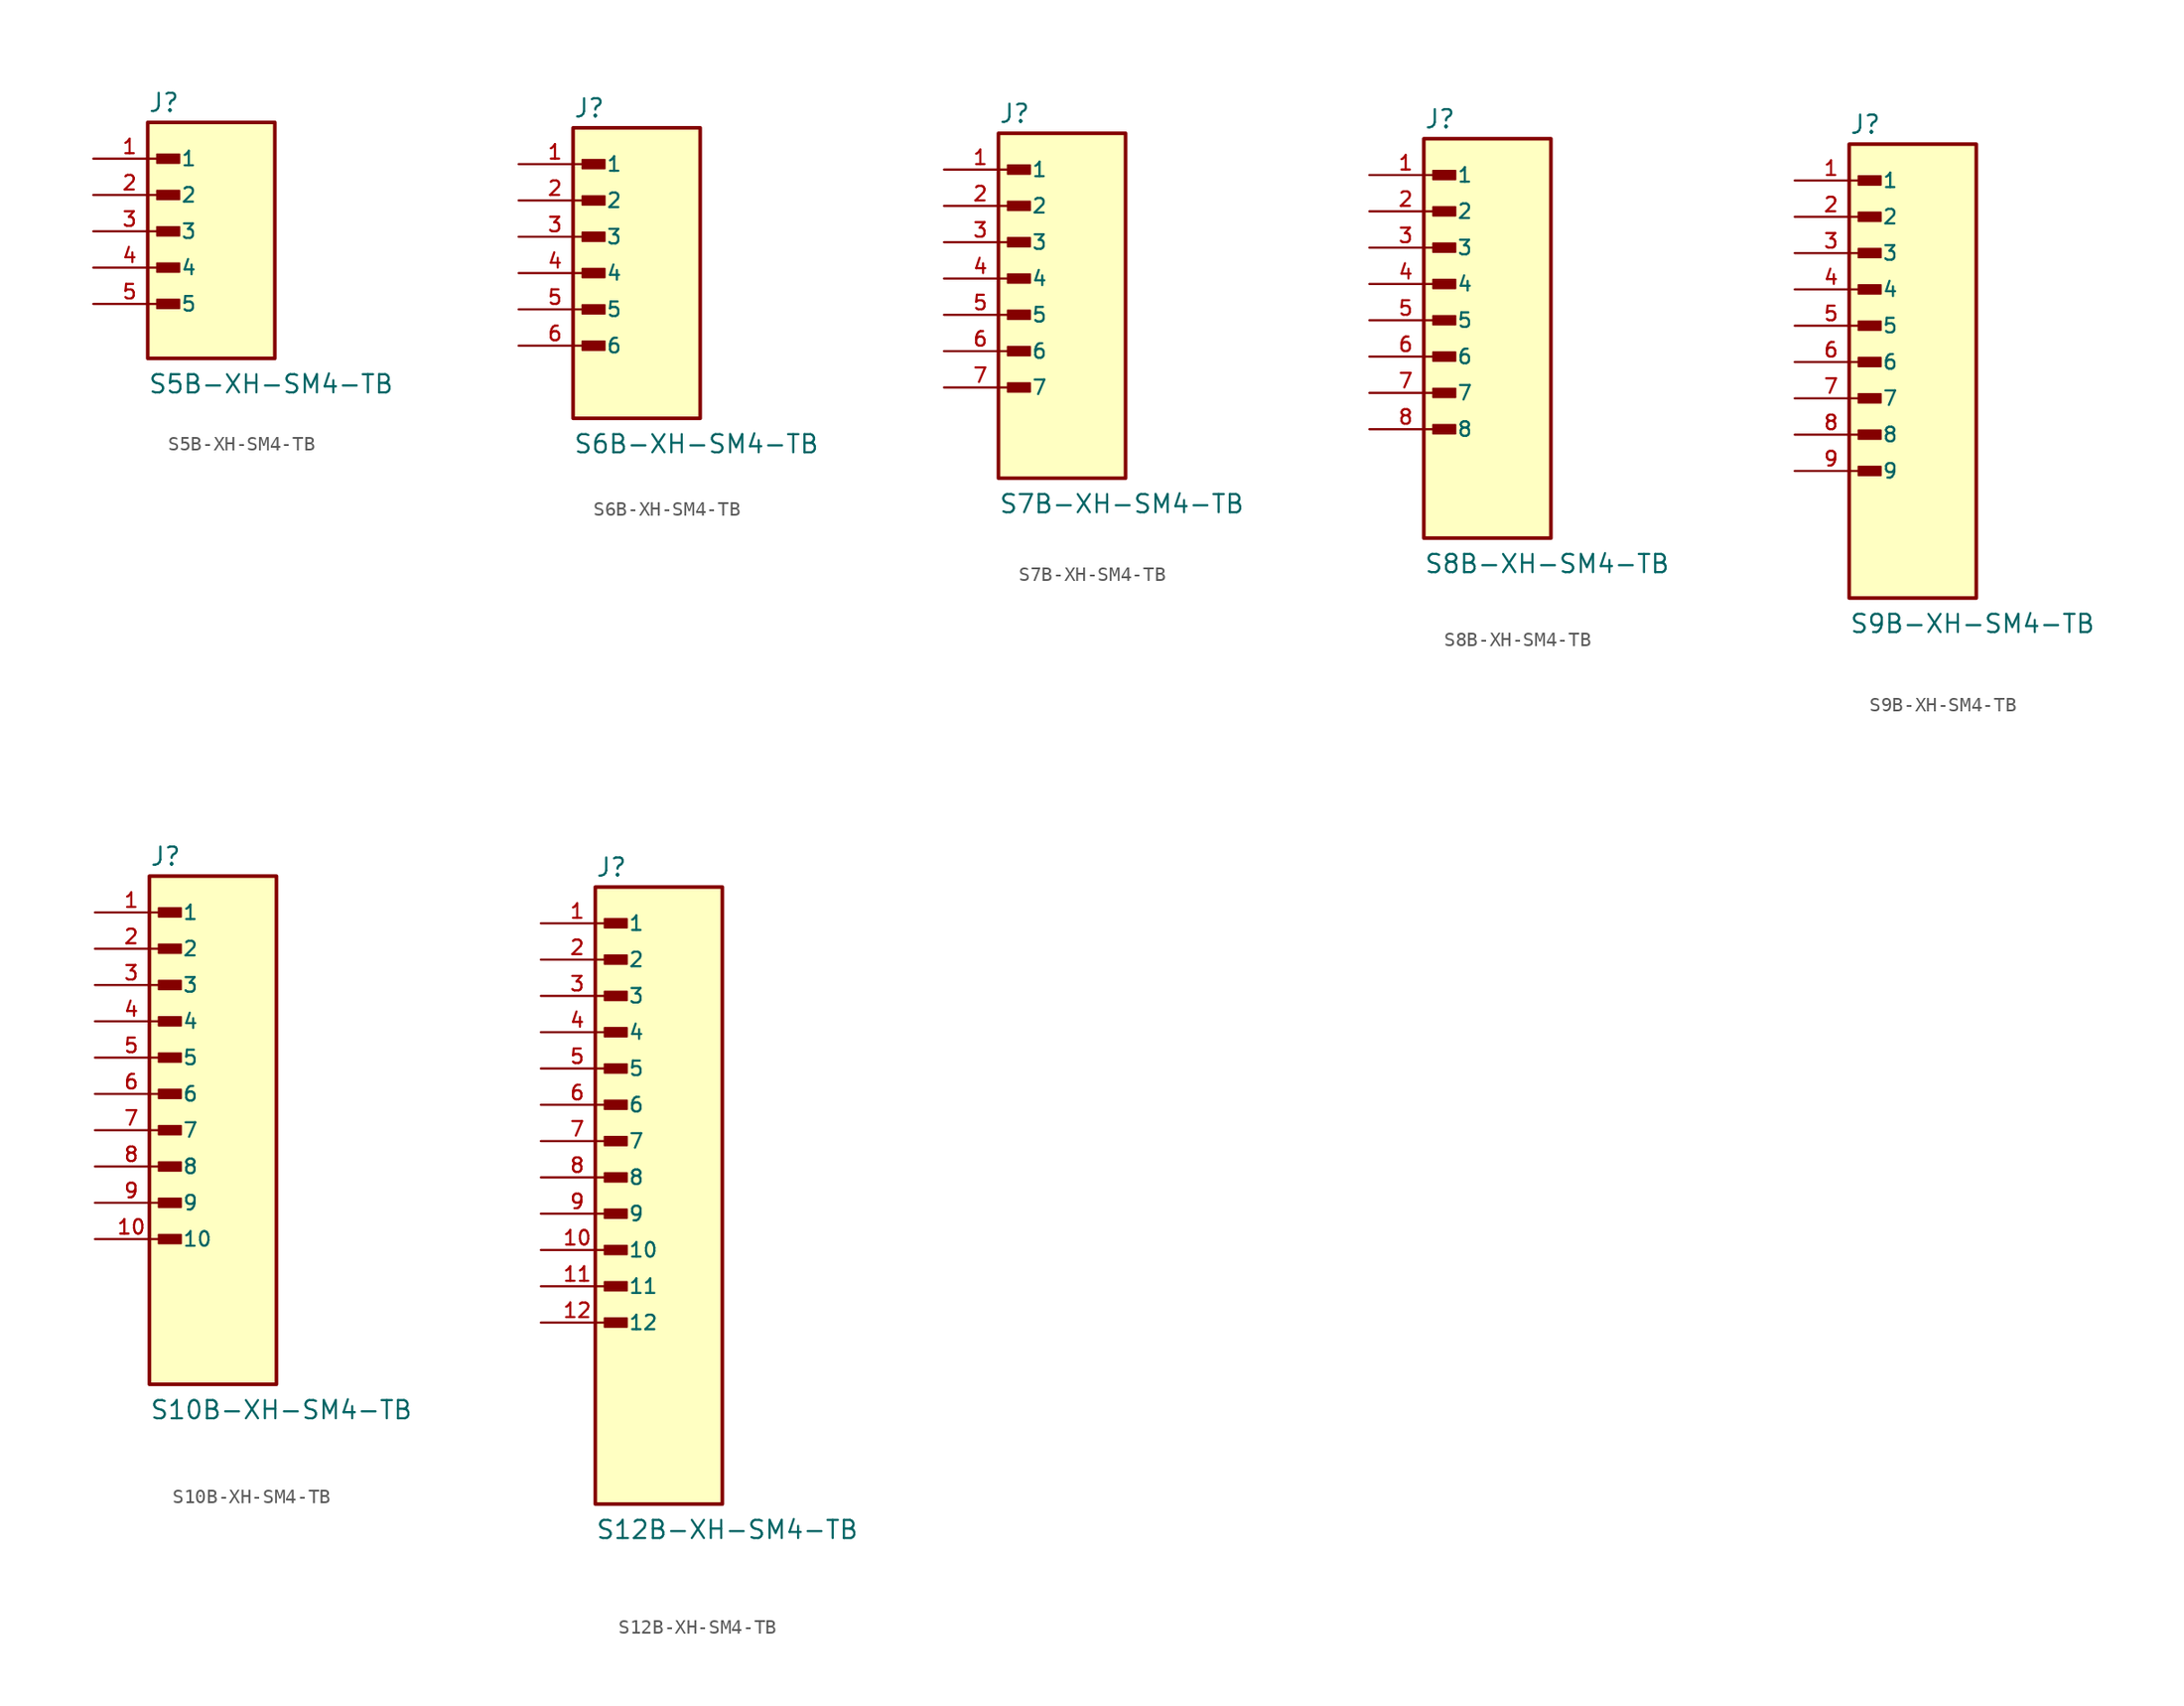
<source format=kicad_sym>
(kicad_symbol_lib
  (version 20241209)
  (generator "kicad_symbol_editor")
  (generator_version "9.0")
  (symbol "S5B-XH-SM4-TB"
    (pin_names
      (offset 1.016))
    (property "Reference" "J"
      (at -3.81 6.985 0)
      (effects (font (size 1.27 1.27)) (justify left bottom)))
    (property "Value" "S5B-XH-SM4-TB"
      (at -3.81 -12.7 0)
      (effects (font (size 1.27 1.27)) (justify left bottom)))
    (symbol "S5B-XH-SM4-TB_0_0"
      (rectangle (start -3.81 -10.16) (end 5.08 6.35) (stroke (width 0.254) (type default)) (fill (type background)))
      (rectangle (start -3.175 3.492) (end -1.587 4.127) (stroke (width 0.1) (type default)) (fill (type outline)))
      (rectangle (start -3.175 0.952) (end -1.587 1.587) (stroke (width 0.1) (type default)) (fill (type outline)))
      (rectangle (start -3.175 -1.588) (end -1.587 -0.953) (stroke (width 0.1) (type default)) (fill (type outline)))
      (rectangle (start -3.175 -4.128) (end -1.587 -3.493) (stroke (width 0.1) (type default)) (fill (type outline)))
      (rectangle (start -3.175 -6.668) (end -1.587 -6.033) (stroke (width 0.1) (type default)) (fill (type outline)))
      (pin passive line (at -7.62 3.81 0) (length 5.08) (name "1" (effects (font (size 1.016 1.016)))) (number "1" (effects (font (size 1.016 1.016)))))
      (pin passive line (at -7.62 1.27 0) (length 5.08) (name "2" (effects (font (size 1.016 1.016)))) (number "2" (effects (font (size 1.016 1.016)))))
      (pin passive line (at -7.62 -1.27 0) (length 5.08) (name "3" (effects (font (size 1.016 1.016)))) (number "3" (effects (font (size 1.016 1.016)))))
      (pin passive line (at -7.62 -3.81 0) (length 5.08) (name "4" (effects (font (size 1.016 1.016)))) (number "4" (effects (font (size 1.016 1.016)))))
      (pin passive line (at -7.62 -6.35 0) (length 5.08) (name "5" (effects (font (size 1.016 1.016)))) (number "5" (effects (font (size 1.016 1.016)))))))
  (symbol "S6B-XH-SM4-TB"
    (pin_names
      (offset 1.016))
    (property "Reference" "J"
      (at -3.81 8.255 0)
      (effects (font (size 1.27 1.27)) (justify left bottom)))
    (property "Value" "S6B-XH-SM4-TB"
      (at -3.81 -15.24 0)
      (effects (font (size 1.27 1.27)) (justify left bottom)))
    (symbol "S6B-XH-SM4-TB_0_0"
      (rectangle (start -3.81 -12.7) (end 5.08 7.62) (stroke (width 0.254) (type default)) (fill (type background)))
      (rectangle (start -3.175 4.763) (end -1.587 5.397) (stroke (width 0.1) (type default)) (fill (type outline)))
      (rectangle (start -3.175 2.223) (end -1.587 2.857) (stroke (width 0.1) (type default)) (fill (type outline)))
      (rectangle (start -3.175 -0.318) (end -1.587 0.318) (stroke (width 0.1) (type default)) (fill (type outline)))
      (rectangle (start -3.175 -2.857) (end -1.587 -2.223) (stroke (width 0.1) (type default)) (fill (type outline)))
      (rectangle (start -3.175 -5.397) (end -1.587 -4.763) (stroke (width 0.1) (type default)) (fill (type outline)))
      (rectangle (start -3.175 -7.938) (end -1.587 -7.303) (stroke (width 0.1) (type default)) (fill (type outline)))
      (pin passive line (at -7.62 5.08 0) (length 5.08) (name "1" (effects (font (size 1.016 1.016)))) (number "1" (effects (font (size 1.016 1.016)))))
      (pin passive line (at -7.62 2.54 0) (length 5.08) (name "2" (effects (font (size 1.016 1.016)))) (number "2" (effects (font (size 1.016 1.016)))))
      (pin passive line (at -7.62 0 0) (length 5.08) (name "3" (effects (font (size 1.016 1.016)))) (number "3" (effects (font (size 1.016 1.016)))))
      (pin passive line (at -7.62 -2.54 0) (length 5.08) (name "4" (effects (font (size 1.016 1.016)))) (number "4" (effects (font (size 1.016 1.016)))))
      (pin passive line (at -7.62 -5.08 0) (length 5.08) (name "5" (effects (font (size 1.016 1.016)))) (number "5" (effects (font (size 1.016 1.016)))))
      (pin passive line (at -7.62 -7.62 0) (length 5.08) (name "6" (effects (font (size 1.016 1.016)))) (number "6" (effects (font (size 1.016 1.016)))))))
  (symbol "S7B-XH-SM4-TB"
    (pin_names
      (offset 1.016))
    (property "Reference" "J"
      (at -3.81 9.525 0)
      (effects (font (size 1.27 1.27)) (justify left bottom)))
    (property "Value" "S7B-XH-SM4-TB"
      (at -3.81 -17.78 0)
      (effects (font (size 1.27 1.27)) (justify left bottom)))
    (symbol "S7B-XH-SM4-TB_0_0"
      (rectangle (start -3.81 -15.24) (end 5.08 8.89) (stroke (width 0.254) (type default)) (fill (type background)))
      (rectangle (start -3.175 6.033) (end -1.587 6.668) (stroke (width 0.1) (type default)) (fill (type outline)))
      (rectangle (start -3.175 3.493) (end -1.587 4.128) (stroke (width 0.1) (type default)) (fill (type outline)))
      (rectangle (start -3.175 0.953) (end -1.587 1.588) (stroke (width 0.1) (type default)) (fill (type outline)))
      (rectangle (start -3.175 -1.587) (end -1.587 -0.952) (stroke (width 0.1) (type default)) (fill (type outline)))
      (rectangle (start -3.175 -4.127) (end -1.587 -3.492) (stroke (width 0.1) (type default)) (fill (type outline)))
      (rectangle (start -3.175 -6.667) (end -1.587 -6.032) (stroke (width 0.1) (type default)) (fill (type outline)))
      (rectangle (start -3.175 -9.208) (end -1.587 -8.572) (stroke (width 0.1) (type default)) (fill (type outline)))
      (pin passive line (at -7.62 6.35 0) (length 5.08) (name "1" (effects (font (size 1.016 1.016)))) (number "1" (effects (font (size 1.016 1.016)))))
      (pin passive line (at -7.62 3.81 0) (length 5.08) (name "2" (effects (font (size 1.016 1.016)))) (number "2" (effects (font (size 1.016 1.016)))))
      (pin passive line (at -7.62 1.27 0) (length 5.08) (name "3" (effects (font (size 1.016 1.016)))) (number "3" (effects (font (size 1.016 1.016)))))
      (pin passive line (at -7.62 -1.27 0) (length 5.08) (name "4" (effects (font (size 1.016 1.016)))) (number "4" (effects (font (size 1.016 1.016)))))
      (pin passive line (at -7.62 -3.81 0) (length 5.08) (name "5" (effects (font (size 1.016 1.016)))) (number "5" (effects (font (size 1.016 1.016)))))
      (pin passive line (at -7.62 -6.35 0) (length 5.08) (name "6" (effects (font (size 1.016 1.016)))) (number "6" (effects (font (size 1.016 1.016)))))
      (pin passive line (at -7.62 -8.89 0) (length 5.08) (name "7" (effects (font (size 1.016 1.016)))) (number "7" (effects (font (size 1.016 1.016)))))))
  (symbol "S8B-XH-SM4-TB"
    (pin_names
      (offset 1.016))
    (property "Reference" "J"
      (at -3.81 10.795 0)
      (effects (font (size 1.27 1.27)) (justify left bottom)))
    (property "Value" "S8B-XH-SM4-TB"
      (at -3.81 -20.32 0)
      (effects (font (size 1.27 1.27)) (justify left bottom)))
    (symbol "S8B-XH-SM4-TB_0_0"
      (rectangle (start -3.81 -17.78) (end 5.08 10.16) (stroke (width 0.254) (type default)) (fill (type background)))
      (rectangle (start -3.175 7.303) (end -1.587 7.938) (stroke (width 0.1) (type default)) (fill (type outline)))
      (rectangle (start -3.175 4.763) (end -1.587 5.397) (stroke (width 0.1) (type default)) (fill (type outline)))
      (rectangle (start -3.175 2.223) (end -1.587 2.857) (stroke (width 0.1) (type default)) (fill (type outline)))
      (rectangle (start -3.175 -0.318) (end -1.587 0.318) (stroke (width 0.1) (type default)) (fill (type outline)))
      (rectangle (start -3.175 -2.857) (end -1.587 -2.223) (stroke (width 0.1) (type default)) (fill (type outline)))
      (rectangle (start -3.175 -5.397) (end -1.587 -4.762) (stroke (width 0.1) (type default)) (fill (type outline)))
      (rectangle (start -3.175 -7.938) (end -1.587 -7.303) (stroke (width 0.1) (type default)) (fill (type outline)))
      (rectangle (start -3.175 -10.478) (end -1.587 -9.842) (stroke (width 0.1) (type default)) (fill (type outline)))
      (pin passive line (at -7.62 7.62 0) (length 5.08) (name "1" (effects (font (size 1.016 1.016)))) (number "1" (effects (font (size 1.016 1.016)))))
      (pin passive line (at -7.62 5.08 0) (length 5.08) (name "2" (effects (font (size 1.016 1.016)))) (number "2" (effects (font (size 1.016 1.016)))))
      (pin passive line (at -7.62 2.54 0) (length 5.08) (name "3" (effects (font (size 1.016 1.016)))) (number "3" (effects (font (size 1.016 1.016)))))
      (pin passive line (at -7.62 0.0 0) (length 5.08) (name "4" (effects (font (size 1.016 1.016)))) (number "4" (effects (font (size 1.016 1.016)))))
      (pin passive line (at -7.62 -2.54 0) (length 5.08) (name "5" (effects (font (size 1.016 1.016)))) (number "5" (effects (font (size 1.016 1.016)))))
      (pin passive line (at -7.62 -5.08 0) (length 5.08) (name "6" (effects (font (size 1.016 1.016)))) (number "6" (effects (font (size 1.016 1.016)))))
      (pin passive line (at -7.62 -7.62 0) (length 5.08) (name "7" (effects (font (size 1.016 1.016)))) (number "7" (effects (font (size 1.016 1.016)))))
      (pin passive line (at -7.62 -10.16 0) (length 5.08) (name "8" (effects (font (size 1.016 1.016)))) (number "8" (effects (font (size 1.016 1.016)))))))
  (symbol "S9B-XH-SM4-TB"
    (pin_names
      (offset 1.016))
    (property "Reference" "J"
      (at -3.81 12.065 0)
      (effects (font (size 1.27 1.27)) (justify left bottom)))
    (property "Value" "S9B-XH-SM4-TB"
      (at -3.81 -22.86 0)
      (effects (font (size 1.27 1.27)) (justify left bottom)))
    (symbol "S9B-XH-SM4-TB_0_0"
      (rectangle (start -3.81 -20.32) (end 5.08 11.43) (stroke (width 0.254) (type default)) (fill (type background)))
      (rectangle (start -3.175 8.572) (end -1.587 9.208) (stroke (width 0.1) (type default)) (fill (type outline)))
      (rectangle (start -3.175 6.033) (end -1.587 6.668) (stroke (width 0.1) (type default)) (fill (type outline)))
      (rectangle (start -3.175 3.493) (end -1.587 4.128) (stroke (width 0.1) (type default)) (fill (type outline)))
      (rectangle (start -3.175 0.953) (end -1.587 1.588) (stroke (width 0.1) (type default)) (fill (type outline)))
      (rectangle (start -3.175 -1.587) (end -1.587 -0.952) (stroke (width 0.1) (type default)) (fill (type outline)))
      (rectangle (start -3.175 -4.127) (end -1.587 -3.492) (stroke (width 0.1) (type default)) (fill (type outline)))
      (rectangle (start -3.175 -6.667) (end -1.587 -6.032) (stroke (width 0.1) (type default)) (fill (type outline)))
      (rectangle (start -3.175 -9.208) (end -1.587 -8.572) (stroke (width 0.1) (type default)) (fill (type outline)))
      (rectangle (start -3.175 -11.748) (end -1.587 -11.112) (stroke (width 0.1) (type default)) (fill (type outline)))
      (pin passive line (at -7.62 8.89 0) (length 5.08) (name "1" (effects (font (size 1.016 1.016)))) (number "1" (effects (font (size 1.016 1.016)))))
      (pin passive line (at -7.62 6.35 0) (length 5.08) (name "2" (effects (font (size 1.016 1.016)))) (number "2" (effects (font (size 1.016 1.016)))))
      (pin passive line (at -7.62 3.81 0) (length 5.08) (name "3" (effects (font (size 1.016 1.016)))) (number "3" (effects (font (size 1.016 1.016)))))
      (pin passive line (at -7.62 1.27 0) (length 5.08) (name "4" (effects (font (size 1.016 1.016)))) (number "4" (effects (font (size 1.016 1.016)))))
      (pin passive line (at -7.62 -1.27 0) (length 5.08) (name "5" (effects (font (size 1.016 1.016)))) (number "5" (effects (font (size 1.016 1.016)))))
      (pin passive line (at -7.62 -3.81 0) (length 5.08) (name "6" (effects (font (size 1.016 1.016)))) (number "6" (effects (font (size 1.016 1.016)))))
      (pin passive line (at -7.62 -6.35 0) (length 5.08) (name "7" (effects (font (size 1.016 1.016)))) (number "7" (effects (font (size 1.016 1.016)))))
      (pin passive line (at -7.62 -8.89 0) (length 5.08) (name "8" (effects (font (size 1.016 1.016)))) (number "8" (effects (font (size 1.016 1.016)))))
      (pin passive line (at -7.62 -11.43 0) (length 5.08) (name "9" (effects (font (size 1.016 1.016)))) (number "9" (effects (font (size 1.016 1.016)))))))
  (symbol "S10B-XH-SM4-TB"
    (pin_names
      (offset 1.016))
    (property "Reference" "J"
      (at -3.81 13.335 0)
      (effects (font (size 1.27 1.27)) (justify left bottom)))
    (property "Value" "S10B-XH-SM4-TB"
      (at -3.81 -25.4 0)
      (effects (font (size 1.27 1.27)) (justify left bottom)))
    (symbol "S10B-XH-SM4-TB_0_0"
      (rectangle (start -3.81 -22.86) (end 5.08 12.7) (stroke (width 0.254) (type default)) (fill (type background)))
      (rectangle (start -3.175 9.842) (end -1.587 10.478) (stroke (width 0.1) (type default)) (fill (type outline)))
      (rectangle (start -3.175 7.303) (end -1.587 7.938) (stroke (width 0.1) (type default)) (fill (type outline)))
      (rectangle (start -3.175 4.763) (end -1.587 5.397) (stroke (width 0.1) (type default)) (fill (type outline)))
      (rectangle (start -3.175 2.223) (end -1.587 2.857) (stroke (width 0.1) (type default)) (fill (type outline)))
      (rectangle (start -3.175 -0.318) (end -1.587 0.318) (stroke (width 0.1) (type default)) (fill (type outline)))
      (rectangle (start -3.175 -2.857) (end -1.587 -2.222) (stroke (width 0.1) (type default)) (fill (type outline)))
      (rectangle (start -3.175 -5.397) (end -1.587 -4.763) (stroke (width 0.1) (type default)) (fill (type outline)))
      (rectangle (start -3.175 -7.938) (end -1.587 -7.303) (stroke (width 0.1) (type default)) (fill (type outline)))
      (rectangle (start -3.175 -10.478) (end -1.587 -9.842) (stroke (width 0.1) (type default)) (fill (type outline)))
      (rectangle (start -3.175 -13.018) (end -1.587 -12.382) (stroke (width 0.1) (type default)) (fill (type outline)))
      (pin passive line (at -7.62 10.16 0) (length 5.08) (name "1" (effects (font (size 1.016 1.016)))) (number "1" (effects (font (size 1.016 1.016)))))
      (pin passive line (at -7.62 7.62 0) (length 5.08) (name "2" (effects (font (size 1.016 1.016)))) (number "2" (effects (font (size 1.016 1.016)))))
      (pin passive line (at -7.62 5.08 0) (length 5.08) (name "3" (effects (font (size 1.016 1.016)))) (number "3" (effects (font (size 1.016 1.016)))))
      (pin passive line (at -7.62 2.54 0) (length 5.08) (name "4" (effects (font (size 1.016 1.016)))) (number "4" (effects (font (size 1.016 1.016)))))
      (pin passive line (at -7.62 0.0 0) (length 5.08) (name "5" (effects (font (size 1.016 1.016)))) (number "5" (effects (font (size 1.016 1.016)))))
      (pin passive line (at -7.62 -2.54 0) (length 5.08) (name "6" (effects (font (size 1.016 1.016)))) (number "6" (effects (font (size 1.016 1.016)))))
      (pin passive line (at -7.62 -5.08 0) (length 5.08) (name "7" (effects (font (size 1.016 1.016)))) (number "7" (effects (font (size 1.016 1.016)))))
      (pin passive line (at -7.62 -7.62 0) (length 5.08) (name "8" (effects (font (size 1.016 1.016)))) (number "8" (effects (font (size 1.016 1.016)))))
      (pin passive line (at -7.62 -10.16 0) (length 5.08) (name "9" (effects (font (size 1.016 1.016)))) (number "9" (effects (font (size 1.016 1.016)))))
      (pin passive line (at -7.62 -12.7 0) (length 5.08) (name "10" (effects (font (size 1.016 1.016)))) (number "10" (effects (font (size 1.016 1.016)))))))
  (symbol "S12B-XH-SM4-TB"
    (pin_names
      (offset 1.016))
    (property "Reference" "J"
      (at -3.81 15.875 0)
      (effects (font (size 1.27 1.27)) (justify left bottom)))
    (property "Value" "S12B-XH-SM4-TB"
      (at -3.81 -30.48 0)
      (effects (font (size 1.27 1.27)) (justify left bottom)))
    (symbol "S12B-XH-SM4-TB_0_0"
      (rectangle (start -3.81 -27.94) (end 5.08 15.24) (stroke (width 0.254) (type default)) (fill (type background)))
      (rectangle (start -3.175 12.382) (end -1.587 13.018) (stroke (width 0.1) (type default)) (fill (type outline)))
      (rectangle (start -3.175 9.842) (end -1.587 10.478) (stroke (width 0.1) (type default)) (fill (type outline)))
      (rectangle (start -3.175 7.302) (end -1.587 7.937) (stroke (width 0.1) (type default)) (fill (type outline)))
      (rectangle (start -3.175 4.762) (end -1.587 5.397) (stroke (width 0.1) (type default)) (fill (type outline)))
      (rectangle (start -3.175 2.222) (end -1.587 2.857) (stroke (width 0.1) (type default)) (fill (type outline)))
      (rectangle (start -3.175 -0.318) (end -1.587 0.318) (stroke (width 0.1) (type default)) (fill (type outline)))
      (rectangle (start -3.175 -2.858) (end -1.587 -2.223) (stroke (width 0.1) (type default)) (fill (type outline)))
      (rectangle (start -3.175 -5.398) (end -1.587 -4.763) (stroke (width 0.1) (type default)) (fill (type outline)))
      (rectangle (start -3.175 -7.938) (end -1.587 -7.303) (stroke (width 0.1) (type default)) (fill (type outline)))
      (rectangle (start -3.175 -10.478) (end -1.587 -9.842) (stroke (width 0.1) (type default)) (fill (type outline)))
      (rectangle (start -3.175 -13.018) (end -1.587 -12.382) (stroke (width 0.1) (type default)) (fill (type outline)))
      (rectangle (start -3.175 -15.558) (end -1.587 -14.923) (stroke (width 0.1) (type default)) (fill (type outline)))
      (pin passive line (at -7.62 12.7 0) (length 5.08) (name "1" (effects (font (size 1.016 1.016)))) (number "1" (effects (font (size 1.016 1.016)))))
      (pin passive line (at -7.62 10.16 0) (length 5.08) (name "2" (effects (font (size 1.016 1.016)))) (number "2" (effects (font (size 1.016 1.016)))))
      (pin passive line (at -7.62 7.62 0) (length 5.08) (name "3" (effects (font (size 1.016 1.016)))) (number "3" (effects (font (size 1.016 1.016)))))
      (pin passive line (at -7.62 5.08 0) (length 5.08) (name "4" (effects (font (size 1.016 1.016)))) (number "4" (effects (font (size 1.016 1.016)))))
      (pin passive line (at -7.62 2.54 0) (length 5.08) (name "5" (effects (font (size 1.016 1.016)))) (number "5" (effects (font (size 1.016 1.016)))))
      (pin passive line (at -7.62 0.0 0) (length 5.08) (name "6" (effects (font (size 1.016 1.016)))) (number "6" (effects (font (size 1.016 1.016)))))
      (pin passive line (at -7.62 -2.54 0) (length 5.08) (name "7" (effects (font (size 1.016 1.016)))) (number "7" (effects (font (size 1.016 1.016)))))
      (pin passive line (at -7.62 -5.08 0) (length 5.08) (name "8" (effects (font (size 1.016 1.016)))) (number "8" (effects (font (size 1.016 1.016)))))
      (pin passive line (at -7.62 -7.62 0) (length 5.08) (name "9" (effects (font (size 1.016 1.016)))) (number "9" (effects (font (size 1.016 1.016)))))
      (pin passive line (at -7.62 -10.16 0) (length 5.08) (name "10" (effects (font (size 1.016 1.016)))) (number "10" (effects (font (size 1.016 1.016)))))
      (pin passive line (at -7.62 -12.7 0) (length 5.08) (name "11" (effects (font (size 1.016 1.016)))) (number "11" (effects (font (size 1.016 1.016)))))
      (pin passive line (at -7.62 -15.24 0) (length 5.08) (name "12" (effects (font (size 1.016 1.016)))) (number "12" (effects (font (size 1.016 1.016))))))))
</source>
